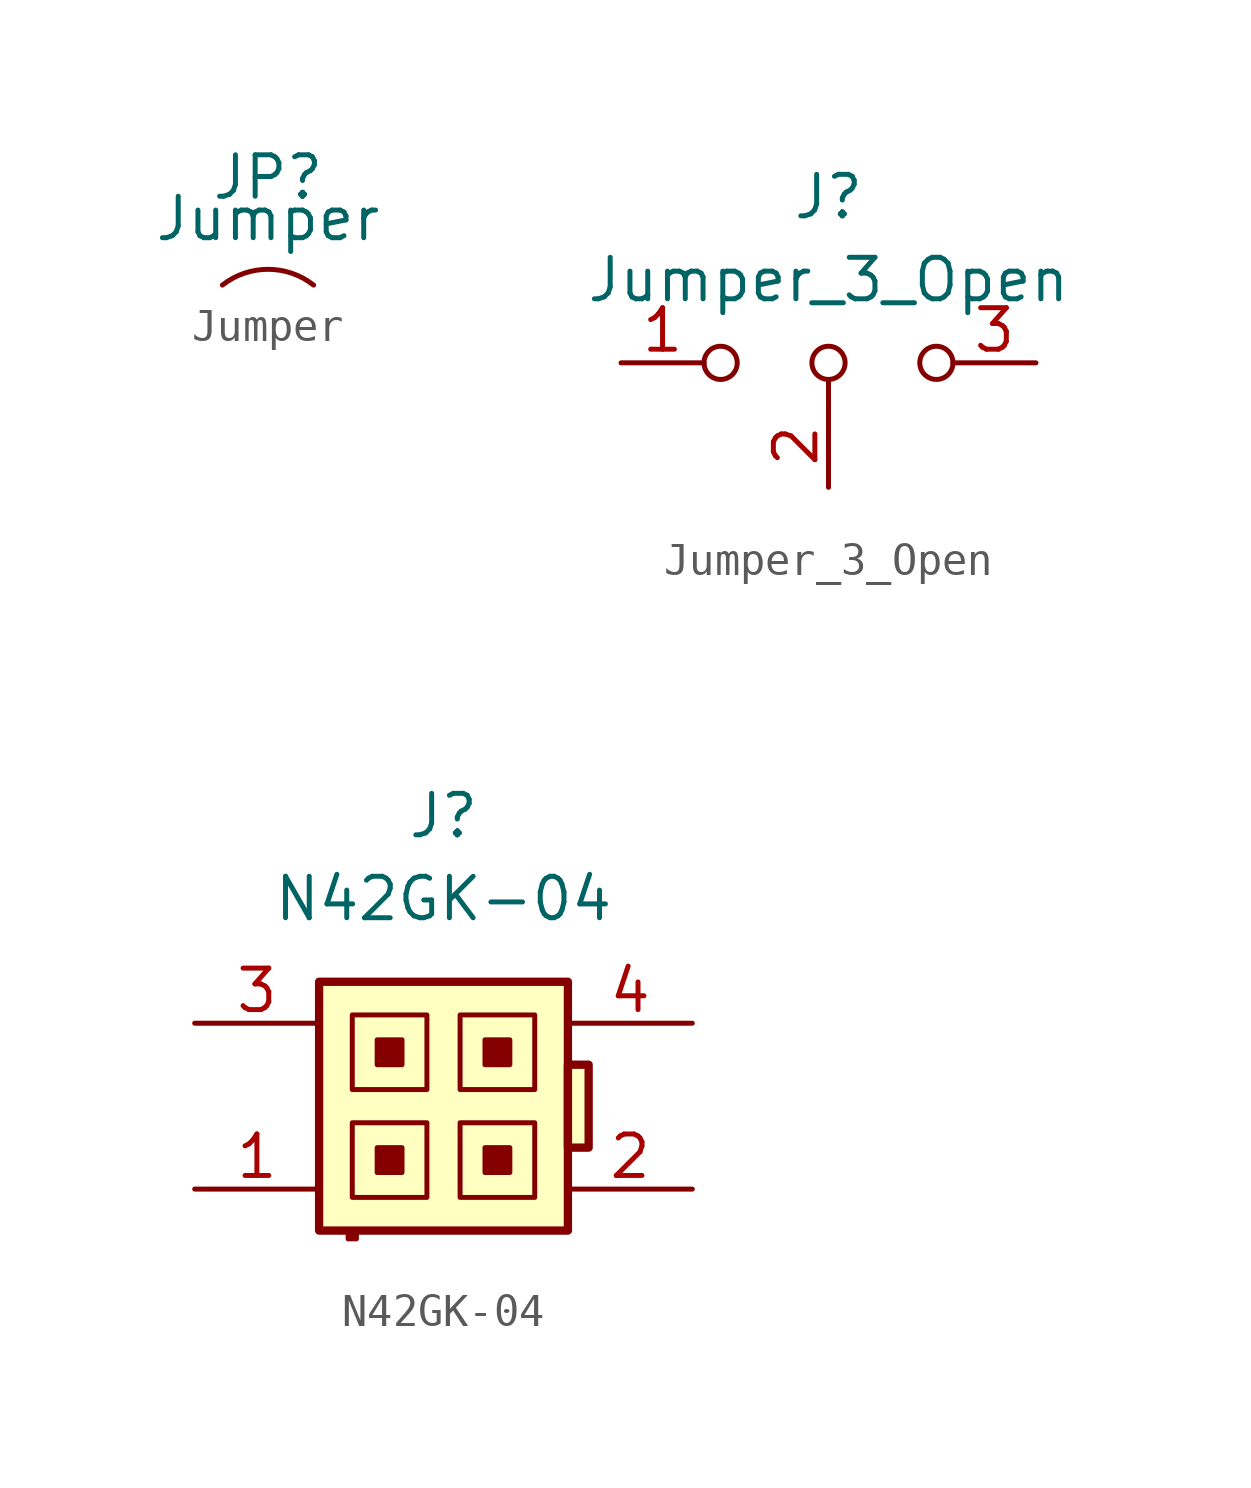
<source format=kicad_sym>
(kicad_symbol_lib
  (version 20210619)
  (generator kicad_symbol_editor)
  (symbol "KLIB_Connector_Specialized:Jumper"
    (pin_names
      (offset 0) hide)
    (property "Reference" "JP"
      (at 0 3.81 0)
      (effects (font (size 1.27 1.27))))
    (property "Value" "Jumper"
      (at 0 2.54 0)
      (effects (font (size 1.27 1.27))))
    (symbol "Jumper_0_1"
      (arc (start -1.397 0.508) (end 1.397 0.508) (radius (at 0 -1.27) (length 2.2606) (angles 128.2 51.8)) (stroke (width 0)) (fill (type none)))))
  (symbol "KLIB_Connector_Specialized:Jumper_3_Open"
    (pin_names
      (offset 0) hide)
    (property "Reference" "J"
      (at 0 5.08 0)
      (effects (font (size 1.27 1.27))))
    (property "Value" "Jumper_3_Open"
      (at 0 2.54 0)
      (effects (font (size 1.27 1.27))))
    (symbol "Jumper_3_Open_0_0"
      (circle (center -3.302 0) (radius 0.508) (stroke (width 0)) (fill (type none)))
      (circle (center 0 0) (radius 0.508) (stroke (width 0)) (fill (type none)))
      (circle (center 3.302 0) (radius 0.508) (stroke (width 0)) (fill (type none))))
    (symbol "Jumper_3_Open_0_1"
      (polyline (pts (xy 0 -0.508) (xy 0 -1.27)) (stroke (width 0)) (fill (type none))))
    (symbol "Jumper_3_Open_1_1"
      (pin passive line (at -6.35 0 0) (length 2.54) (name "A" (effects (font (size 1.27 1.27)))) (number "1" (effects (font (size 1.27 1.27)))))
      (pin passive line (at 0 -3.81 90) (length 2.54) (name "C" (effects (font (size 1.27 1.27)))) (number "2" (effects (font (size 1.27 1.27)))))
      (pin passive line (at 6.35 0 180) (length 2.54) (name "B" (effects (font (size 1.27 1.27)))) (number "3" (effects (font (size 1.27 1.27)))))))
  (symbol "KLIB_Connector_Specialized:N42GK-04"
    (pin_names
      (offset 1.016))
    (property "Reference" "J"
      (at 0 8.89 0)
      (effects (font (size 1.27 1.27))))
    (property "Value" "N42GK-04"
      (at 0 6.35 0)
      (effects (font (size 1.27 1.27))))
    (symbol "N42GK-04_0_1"
      (rectangle (start -2.794 -2.794) (end -0.508 -0.508) (stroke (width 0)) (fill (type none)))
      (rectangle (start -2.794 2.794) (end -0.508 0.508) (stroke (width 0)) (fill (type none)))
      (rectangle (start 0.508 -2.794) (end 2.794 -0.508) (stroke (width 0)) (fill (type none)))
      (rectangle (start 0.508 0.508) (end 2.794 2.794) (stroke (width 0)) (fill (type none)))
      (rectangle (start -2.032 -2.032) (end -1.27 -1.27) (stroke (width 0)) (fill (type outline)))
      (rectangle (start -2.032 1.27) (end -1.27 2.032) (stroke (width 0)) (fill (type outline)))
      (rectangle (start 1.27 -1.27) (end 2.032 -2.032) (stroke (width 0)) (fill (type outline)))
      (rectangle (start 1.27 2.032) (end 2.032 1.27) (stroke (width 0)) (fill (type outline)))
      (rectangle (start 3.81 -3.81) (end -3.81 3.81) (stroke (width 0.254)) (fill (type background)))
      (rectangle (start 3.81 -1.27) (end 4.445 1.27) (stroke (width 0.254)) (fill (type background)))
      (polyline (pts (xy -2.921 -3.81) (xy -2.921 -4.064) (xy -2.667 -4.064) (xy -2.667 -3.81)) (stroke (width 0)) (fill (type outline))))
    (symbol "N42GK-04_1_1"
      (pin passive line (at -7.62 -2.54 0) (length 3.81) (name "~" (effects (font (size 1.27 1.27)))) (number "1" (effects (font (size 1.27 1.27)))))
      (pin passive line (at 7.62 -2.54 180) (length 3.81) (name "~" (effects (font (size 1.27 1.27)))) (number "2" (effects (font (size 1.27 1.27)))))
      (pin passive line (at -7.62 2.54 0) (length 3.81) (name "~" (effects (font (size 1.27 1.27)))) (number "3" (effects (font (size 1.27 1.27)))))
      (pin passive line (at 7.62 2.54 180) (length 3.81) (name "~" (effects (font (size 1.27 1.27)))) (number "4" (effects (font (size 1.27 1.27))))))))
</source>
